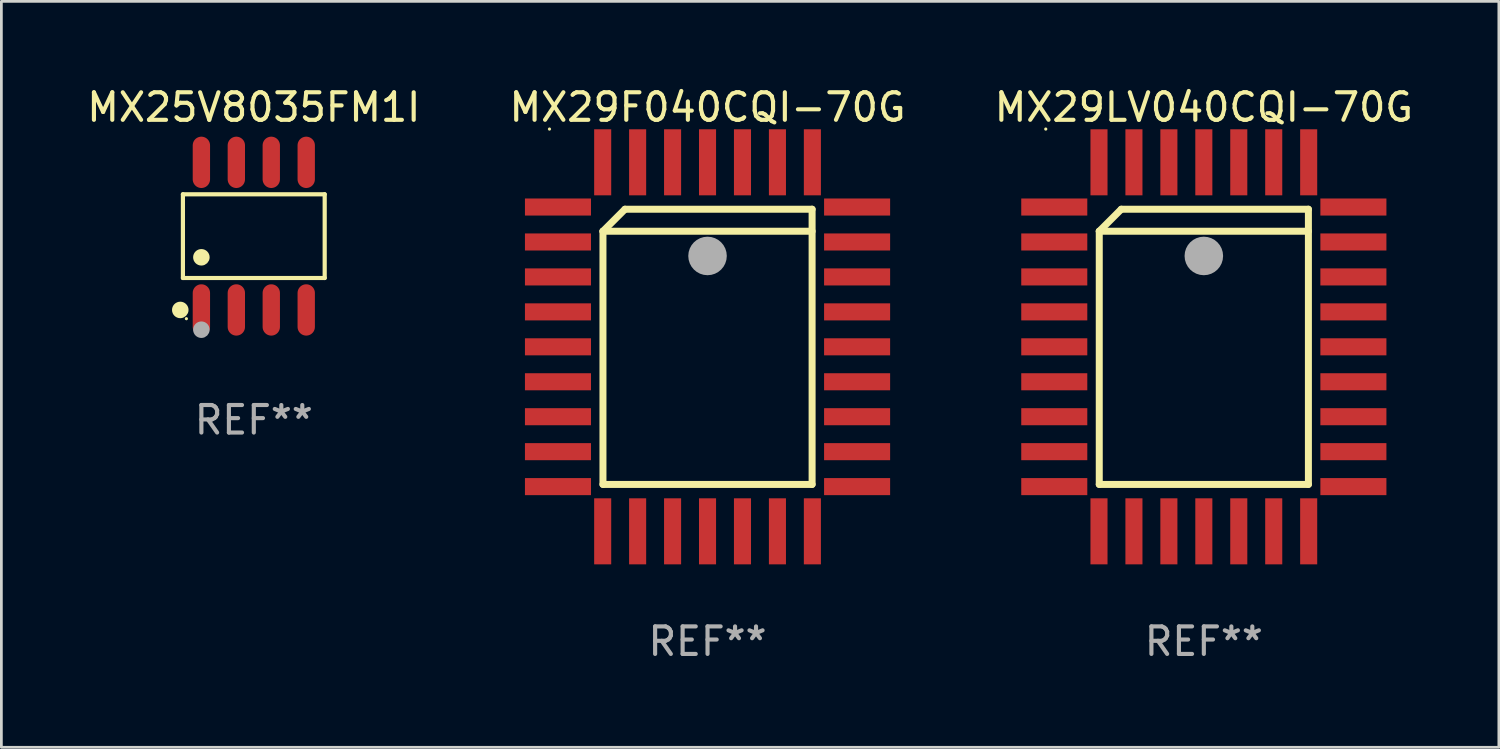
<source format=kicad_pcb>
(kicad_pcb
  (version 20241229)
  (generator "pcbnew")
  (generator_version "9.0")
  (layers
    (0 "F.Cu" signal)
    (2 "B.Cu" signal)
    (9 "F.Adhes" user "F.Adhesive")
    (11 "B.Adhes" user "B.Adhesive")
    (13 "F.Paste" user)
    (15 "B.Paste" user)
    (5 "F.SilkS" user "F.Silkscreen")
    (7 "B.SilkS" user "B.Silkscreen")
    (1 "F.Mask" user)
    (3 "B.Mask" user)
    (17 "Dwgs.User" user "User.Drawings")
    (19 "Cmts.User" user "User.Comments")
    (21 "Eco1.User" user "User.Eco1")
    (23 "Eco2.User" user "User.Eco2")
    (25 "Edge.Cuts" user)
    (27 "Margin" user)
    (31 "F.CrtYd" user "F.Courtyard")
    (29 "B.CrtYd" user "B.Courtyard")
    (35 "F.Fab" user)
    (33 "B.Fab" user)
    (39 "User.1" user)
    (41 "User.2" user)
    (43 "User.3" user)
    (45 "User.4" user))
  (footprint "MX29F040CQI-70G"
    (layer "F.Cu")
    (at 22.661 9.553)
    (property "Reference" "MX29F040CQI-70G" (at 0 -8.705 0) (layer "F.SilkS") (effects (font (size 1 1) (thickness 0.15))))
    (attr through_hole)
    (fp_line (start -3.8 -4.2) (end -3 -5) (stroke (width 0.254) (type solid)) (layer "F.SilkS"))
    (fp_line (start -3.8 -4.2) (end 3.8 -4.2) (stroke (width 0.254) (type solid)) (layer "F.SilkS"))
    (fp_line (start -3.8 5) (end -3.8 -4.2) (stroke (width 0.254) (type solid)) (layer "F.SilkS"))
    (fp_line (start -3 -5) (end 3.8 -5) (stroke (width 0.254) (type solid)) (layer "F.SilkS"))
    (fp_line (start 3.8 -5) (end 3.8 5) (stroke (width 0.254) (type solid)) (layer "F.SilkS"))
    (fp_line (start 3.8 5) (end -3.8 5) (stroke (width 0.254) (type solid)) (layer "F.SilkS"))
    (fp_arc (start 0.299721 -3.294387) (mid 0.29971 -3.296927) (end 0.299721 -3.299467) (stroke (width 0.6) (type solid)) (layer "F.SilkS"))
    (fp_circle (center -5.744 -7.913) (end -5.714 -7.913) (stroke (width 0.06) (type solid)) (fill no) (layer "F.SilkS"))
    (fp_circle (center 0 -3.302) (end 0.35 -3.302) (stroke (width 0.7) (type solid)) (fill no) (layer "F.Fab"))
    (fp_text user "REF**" (at 0 10.705 0) (layer "F.Fab") (effects (font (size 1 1) (thickness 0.15))))
    (pad "1" smd rect (at 0 -6.705 180) (size 0.62 2.4) (layers "F.Cu" "F.Mask" "F.Paste"))
    (pad "2" smd rect (at -1.27 -6.705 180) (size 0.62 2.4) (layers "F.Cu" "F.Mask" "F.Paste"))
    (pad "3" smd rect (at -2.54 -6.705 180) (size 0.62 2.4) (layers "F.Cu" "F.Mask" "F.Paste"))
    (pad "4" smd rect (at -3.81 -6.705 180) (size 0.62 2.4) (layers "F.Cu" "F.Mask" "F.Paste"))
    (pad "5" smd rect (at -5.435 -5.08 270) (size 0.62 2.4) (layers "F.Cu" "F.Mask" "F.Paste"))
    (pad "6" smd rect (at -5.435 -3.81 270) (size 0.62 2.4) (layers "F.Cu" "F.Mask" "F.Paste"))
    (pad "7" smd rect (at -5.435 -2.54 270) (size 0.62 2.4) (layers "F.Cu" "F.Mask" "F.Paste"))
    (pad "8" smd rect (at -5.435 -1.27 270) (size 0.62 2.4) (layers "F.Cu" "F.Mask" "F.Paste"))
    (pad "9" smd rect (at -5.435 0 270) (size 0.62 2.4) (layers "F.Cu" "F.Mask" "F.Paste"))
    (pad "10" smd rect (at -5.435 1.27 270) (size 0.62 2.4) (layers "F.Cu" "F.Mask" "F.Paste"))
    (pad "11" smd rect (at -5.435 2.54 270) (size 0.62 2.4) (layers "F.Cu" "F.Mask" "F.Paste"))
    (pad "12" smd rect (at -5.435 3.81 270) (size 0.62 2.4) (layers "F.Cu" "F.Mask" "F.Paste"))
    (pad "13" smd rect (at -5.435 5.08 270) (size 0.62 2.4) (layers "F.Cu" "F.Mask" "F.Paste"))
    (pad "14" smd rect (at -3.81 6.705) (size 0.62 2.4) (layers "F.Cu" "F.Mask" "F.Paste"))
    (pad "15" smd rect (at -2.54 6.705) (size 0.62 2.4) (layers "F.Cu" "F.Mask" "F.Paste"))
    (pad "16" smd rect (at -1.27 6.705) (size 0.62 2.4) (layers "F.Cu" "F.Mask" "F.Paste"))
    (pad "17" smd rect (at 0 6.705) (size 0.62 2.4) (layers "F.Cu" "F.Mask" "F.Paste"))
    (pad "18" smd rect (at 1.27 6.705) (size 0.62 2.4) (layers "F.Cu" "F.Mask" "F.Paste"))
    (pad "19" smd rect (at 2.54 6.705) (size 0.62 2.4) (layers "F.Cu" "F.Mask" "F.Paste"))
    (pad "20" smd rect (at 3.81 6.705) (size 0.62 2.4) (layers "F.Cu" "F.Mask" "F.Paste"))
    (pad "21" smd rect (at 5.435 5.08 90) (size 0.62 2.4) (layers "F.Cu" "F.Mask" "F.Paste"))
    (pad "22" smd rect (at 5.435 3.81 90) (size 0.62 2.4) (layers "F.Cu" "F.Mask" "F.Paste"))
    (pad "23" smd rect (at 5.435 2.54 90) (size 0.62 2.4) (layers "F.Cu" "F.Mask" "F.Paste"))
    (pad "24" smd rect (at 5.435 1.27 90) (size 0.62 2.4) (layers "F.Cu" "F.Mask" "F.Paste"))
    (pad "25" smd rect (at 5.435 0 90) (size 0.62 2.4) (layers "F.Cu" "F.Mask" "F.Paste"))
    (pad "26" smd rect (at 5.435 -1.27 90) (size 0.62 2.4) (layers "F.Cu" "F.Mask" "F.Paste"))
    (pad "27" smd rect (at 5.435 -2.54 90) (size 0.62 2.4) (layers "F.Cu" "F.Mask" "F.Paste"))
    (pad "28" smd rect (at 5.435 -3.81 90) (size 0.62 2.4) (layers "F.Cu" "F.Mask" "F.Paste"))
    (pad "29" smd rect (at 5.435 -5.08 90) (size 0.62 2.4) (layers "F.Cu" "F.Mask" "F.Paste"))
    (pad "30" smd rect (at 3.81 -6.705) (size 0.62 2.4) (layers "F.Cu" "F.Mask" "F.Paste"))
    (pad "31" smd rect (at 2.54 -6.705) (size 0.62 2.4) (layers "F.Cu" "F.Mask" "F.Paste"))
    (pad "32" smd rect (at 1.27 -6.705) (size 0.62 2.4) (layers "F.Cu" "F.Mask" "F.Paste")))
  (footprint "MX25V8035FM1I"
    (layer "F.Cu")
    (at 6.173 5.531)
    (property "Reference" "MX25V8035FM1I" (at 0 -4.682 0) (layer "F.SilkS") (effects (font (size 1 1) (thickness 0.15))))
    (attr through_hole)
    (fp_line (start -2.576 -1.521) (end 2.576 -1.521) (stroke (width 0.152) (type solid)) (layer "F.SilkS"))
    (fp_line (start -2.576 1.521) (end -2.576 -1.521) (stroke (width 0.152) (type solid)) (layer "F.SilkS"))
    (fp_line (start 2.576 -1.521) (end 2.576 1.521) (stroke (width 0.152) (type solid)) (layer "F.SilkS"))
    (fp_line (start 2.576 1.521) (end -2.576 1.521) (stroke (width 0.152) (type solid)) (layer "F.SilkS"))
    (fp_circle (center -2.672 2.682) (end -2.522 2.682) (stroke (width 0.3) (type solid)) (fill no) (layer "F.SilkS"))
    (fp_circle (center -2.45 3) (end -2.42 3) (stroke (width 0.06) (type solid)) (fill no) (layer "F.SilkS"))
    (fp_circle (center -1.905 0.769) (end -1.755 0.769) (stroke (width 0.3) (type solid)) (fill no) (layer "F.SilkS"))
    (fp_circle (center -1.905 3.4) (end -1.755 3.4) (stroke (width 0.3) (type solid)) (fill no) (layer "F.Fab"))
    (fp_text user "REF**" (at 0 6.682 0) (layer "F.Fab") (effects (font (size 1 1) (thickness 0.15))))
    (pad "1" smd oval (at -1.905 2.682) (size 0.63 1.865) (layers "F.Cu" "F.Mask" "F.Paste"))
    (pad "2" smd oval (at -0.635 2.682) (size 0.63 1.865) (layers "F.Cu" "F.Mask" "F.Paste"))
    (pad "3" smd oval (at 0.635 2.682) (size 0.63 1.865) (layers "F.Cu" "F.Mask" "F.Paste"))
    (pad "4" smd oval (at 1.905 2.682) (size 0.63 1.865) (layers "F.Cu" "F.Mask" "F.Paste"))
    (pad "5" smd oval (at 1.905 -2.682) (size 0.63 1.865) (layers "F.Cu" "F.Mask" "F.Paste"))
    (pad "6" smd oval (at 0.635 -2.682) (size 0.63 1.865) (layers "F.Cu" "F.Mask" "F.Paste"))
    (pad "7" smd oval (at -0.635 -2.682) (size 0.63 1.865) (layers "F.Cu" "F.Mask" "F.Paste"))
    (pad "8" smd oval (at -1.905 -2.682) (size 0.63 1.865) (layers "F.Cu" "F.Mask" "F.Paste")))
  (footprint "MX29LV040CQI-70G"
    (layer "F.Cu")
    (at 40.696 9.553)
    (property "Reference" "MX29LV040CQI-70G" (at 0 -8.705 0) (layer "F.SilkS") (effects (font (size 1 1) (thickness 0.15))))
    (attr through_hole)
    (fp_line (start -3.8 -4.2) (end -3 -5) (stroke (width 0.254) (type solid)) (layer "F.SilkS"))
    (fp_line (start -3.8 -4.2) (end 3.8 -4.2) (stroke (width 0.254) (type solid)) (layer "F.SilkS"))
    (fp_line (start -3.8 5) (end -3.8 -4.2) (stroke (width 0.254) (type solid)) (layer "F.SilkS"))
    (fp_line (start -3 -5) (end 3.8 -5) (stroke (width 0.254) (type solid)) (layer "F.SilkS"))
    (fp_line (start 3.8 -5) (end 3.8 5) (stroke (width 0.254) (type solid)) (layer "F.SilkS"))
    (fp_line (start 3.8 5) (end -3.8 5) (stroke (width 0.254) (type solid)) (layer "F.SilkS"))
    (fp_arc (start 0.299721 -3.294387) (mid 0.29971 -3.296927) (end 0.299721 -3.299467) (stroke (width 0.6) (type solid)) (layer "F.SilkS"))
    (fp_circle (center -5.744 -7.913) (end -5.714 -7.913) (stroke (width 0.06) (type solid)) (fill no) (layer "F.SilkS"))
    (fp_circle (center 0 -3.302) (end 0.35 -3.302) (stroke (width 0.7) (type solid)) (fill no) (layer "F.Fab"))
    (fp_text user "REF**" (at 0 10.705 0) (layer "F.Fab") (effects (font (size 1 1) (thickness 0.15))))
    (pad "1" smd rect (at 0 -6.705 180) (size 0.62 2.4) (layers "F.Cu" "F.Mask" "F.Paste"))
    (pad "2" smd rect (at -1.27 -6.705 180) (size 0.62 2.4) (layers "F.Cu" "F.Mask" "F.Paste"))
    (pad "3" smd rect (at -2.54 -6.705 180) (size 0.62 2.4) (layers "F.Cu" "F.Mask" "F.Paste"))
    (pad "4" smd rect (at -3.81 -6.705 180) (size 0.62 2.4) (layers "F.Cu" "F.Mask" "F.Paste"))
    (pad "5" smd rect (at -5.435 -5.08 270) (size 0.62 2.4) (layers "F.Cu" "F.Mask" "F.Paste"))
    (pad "6" smd rect (at -5.435 -3.81 270) (size 0.62 2.4) (layers "F.Cu" "F.Mask" "F.Paste"))
    (pad "7" smd rect (at -5.435 -2.54 270) (size 0.62 2.4) (layers "F.Cu" "F.Mask" "F.Paste"))
    (pad "8" smd rect (at -5.435 -1.27 270) (size 0.62 2.4) (layers "F.Cu" "F.Mask" "F.Paste"))
    (pad "9" smd rect (at -5.435 0 270) (size 0.62 2.4) (layers "F.Cu" "F.Mask" "F.Paste"))
    (pad "10" smd rect (at -5.435 1.27 270) (size 0.62 2.4) (layers "F.Cu" "F.Mask" "F.Paste"))
    (pad "11" smd rect (at -5.435 2.54 270) (size 0.62 2.4) (layers "F.Cu" "F.Mask" "F.Paste"))
    (pad "12" smd rect (at -5.435 3.81 270) (size 0.62 2.4) (layers "F.Cu" "F.Mask" "F.Paste"))
    (pad "13" smd rect (at -5.435 5.08 270) (size 0.62 2.4) (layers "F.Cu" "F.Mask" "F.Paste"))
    (pad "14" smd rect (at -3.81 6.705) (size 0.62 2.4) (layers "F.Cu" "F.Mask" "F.Paste"))
    (pad "15" smd rect (at -2.54 6.705) (size 0.62 2.4) (layers "F.Cu" "F.Mask" "F.Paste"))
    (pad "16" smd rect (at -1.27 6.705) (size 0.62 2.4) (layers "F.Cu" "F.Mask" "F.Paste"))
    (pad "17" smd rect (at 0 6.705) (size 0.62 2.4) (layers "F.Cu" "F.Mask" "F.Paste"))
    (pad "18" smd rect (at 1.27 6.705) (size 0.62 2.4) (layers "F.Cu" "F.Mask" "F.Paste"))
    (pad "19" smd rect (at 2.54 6.705) (size 0.62 2.4) (layers "F.Cu" "F.Mask" "F.Paste"))
    (pad "20" smd rect (at 3.81 6.705) (size 0.62 2.4) (layers "F.Cu" "F.Mask" "F.Paste"))
    (pad "21" smd rect (at 5.435 5.08 90) (size 0.62 2.4) (layers "F.Cu" "F.Mask" "F.Paste"))
    (pad "22" smd rect (at 5.435 3.81 90) (size 0.62 2.4) (layers "F.Cu" "F.Mask" "F.Paste"))
    (pad "23" smd rect (at 5.435 2.54 90) (size 0.62 2.4) (layers "F.Cu" "F.Mask" "F.Paste"))
    (pad "24" smd rect (at 5.435 1.27 90) (size 0.62 2.4) (layers "F.Cu" "F.Mask" "F.Paste"))
    (pad "25" smd rect (at 5.435 0 90) (size 0.62 2.4) (layers "F.Cu" "F.Mask" "F.Paste"))
    (pad "26" smd rect (at 5.435 -1.27 90) (size 0.62 2.4) (layers "F.Cu" "F.Mask" "F.Paste"))
    (pad "27" smd rect (at 5.435 -2.54 90) (size 0.62 2.4) (layers "F.Cu" "F.Mask" "F.Paste"))
    (pad "28" smd rect (at 5.435 -3.81 90) (size 0.62 2.4) (layers "F.Cu" "F.Mask" "F.Paste"))
    (pad "29" smd rect (at 5.435 -5.08 90) (size 0.62 2.4) (layers "F.Cu" "F.Mask" "F.Paste"))
    (pad "30" smd rect (at 3.81 -6.705) (size 0.62 2.4) (layers "F.Cu" "F.Mask" "F.Paste"))
    (pad "31" smd rect (at 2.54 -6.705) (size 0.62 2.4) (layers "F.Cu" "F.Mask" "F.Paste"))
    (pad "32" smd rect (at 1.27 -6.705) (size 0.62 2.4) (layers "F.Cu" "F.Mask" "F.Paste")))
  (gr_rect
    (start -3 -3)
    (end 51.417 24.107)
    (stroke (width 0.1) (type default))
    (fill no)
    (layer "Edge.Cuts")))
</source>
